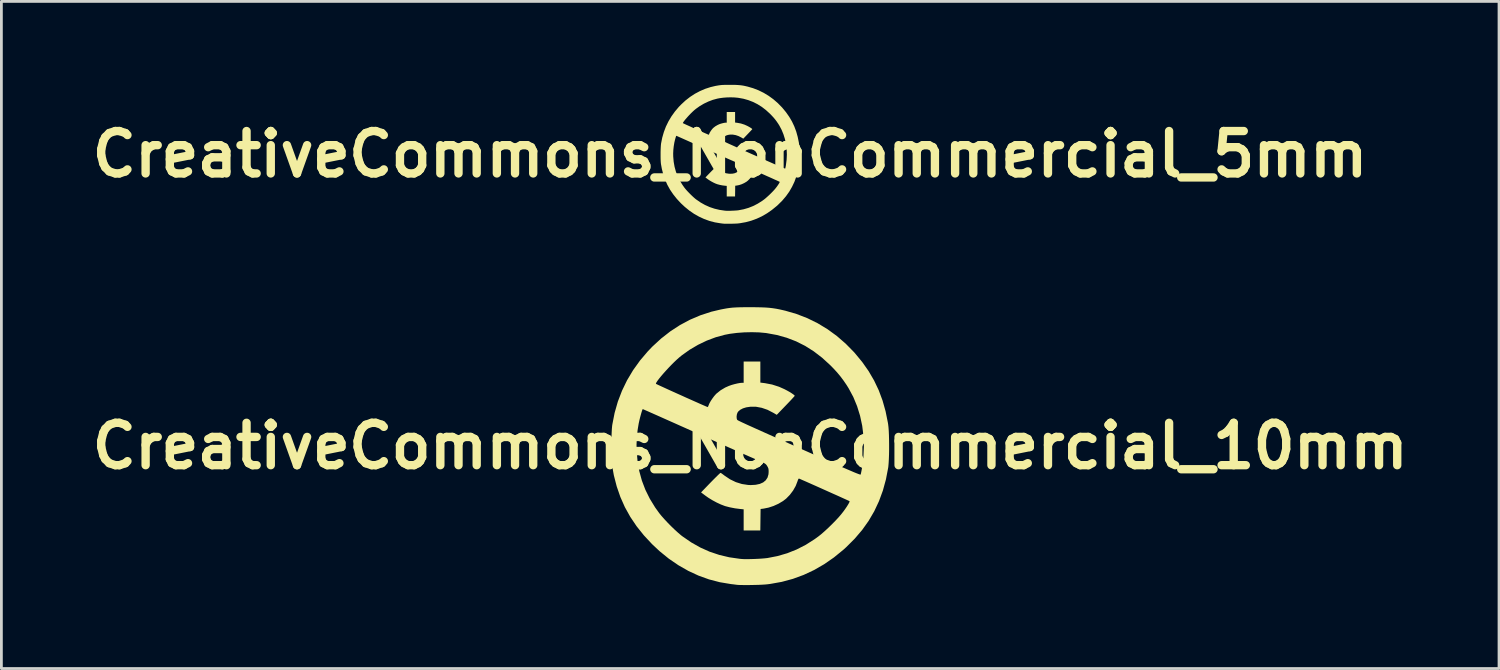
<source format=kicad_pcb>
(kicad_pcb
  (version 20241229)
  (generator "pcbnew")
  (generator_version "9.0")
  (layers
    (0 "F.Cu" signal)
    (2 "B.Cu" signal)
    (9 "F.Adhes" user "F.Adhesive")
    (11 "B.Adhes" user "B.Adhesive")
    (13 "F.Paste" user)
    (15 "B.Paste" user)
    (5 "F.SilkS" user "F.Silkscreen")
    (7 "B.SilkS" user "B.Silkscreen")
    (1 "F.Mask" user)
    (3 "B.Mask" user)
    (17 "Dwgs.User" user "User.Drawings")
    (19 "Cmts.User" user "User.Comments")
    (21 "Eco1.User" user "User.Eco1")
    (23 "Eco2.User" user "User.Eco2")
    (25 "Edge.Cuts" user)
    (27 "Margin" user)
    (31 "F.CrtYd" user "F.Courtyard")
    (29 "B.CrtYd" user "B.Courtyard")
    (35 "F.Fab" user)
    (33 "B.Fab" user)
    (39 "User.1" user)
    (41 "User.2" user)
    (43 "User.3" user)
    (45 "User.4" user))
  (footprint "CreativeCommons_NonCommercial_5mm"
    (layer "F.Cu")
    (at 23.194 2.495)
    (property "Reference" "CreativeCommons_NonCommercial_5mm" (at 0 0 0) (layer "F.SilkS") (effects (font (size 1.524 1.524) (thickness 0.3))))
    (attr board_only exclude_from_pos_files exclude_from_bom)
    (fp_poly (pts (xy 0.111 -2.494) (xy 0.198 -2.493) (xy 0.274 -2.489) (xy 0.342 -2.484) (xy 0.405 -2.477) (xy 0.467 -2.468) (xy 0.531 -2.455) (xy 0.601 -2.439) (xy 0.635 -2.431) (xy 0.833 -2.373) (xy 1.026 -2.298) (xy 1.211 -2.207) (xy 1.388 -2.1) (xy 1.556 -1.978) (xy 1.716 -1.84) (xy 1.865 -1.688) (xy 1.881 -1.67) (xy 2.013 -1.51) (xy 2.128 -1.346) (xy 2.227 -1.178) (xy 2.31 -1.002) (xy 2.379 -0.818) (xy 2.433 -0.624) (xy 2.475 -0.419) (xy 2.479 -0.391) (xy 2.485 -0.34) (xy 2.49 -0.275) (xy 2.493 -0.198) (xy 2.496 -0.113) (xy 2.497 -0.024) (xy 2.496 0.066) (xy 2.495 0.153) (xy 2.492 0.234) (xy 2.488 0.306) (xy 2.483 0.365) (xy 2.48 0.389) (xy 2.439 0.6) (xy 2.384 0.801) (xy 2.315 0.991) (xy 2.229 1.172) (xy 2.129 1.345) (xy 2.012 1.509) (xy 1.879 1.666) (xy 1.729 1.815) (xy 1.675 1.864) (xy 1.504 2.003) (xy 1.328 2.125) (xy 1.147 2.23) (xy 0.96 2.317) (xy 0.767 2.388) (xy 0.567 2.442) (xy 0.36 2.479) (xy 0.304 2.486) (xy 0.265 2.49) (xy 0.214 2.493) (xy 0.153 2.495) (xy 0.086 2.497) (xy 0.017 2.499) (xy -0.05 2.499) (xy -0.114 2.499) (xy -0.17 2.498) (xy -0.214 2.497) (xy -0.244 2.494) (xy -0.245 2.494) (xy -0.265 2.492) (xy -0.296 2.488) (xy -0.334 2.483) (xy -0.35 2.481) (xy -0.547 2.448) (xy -0.741 2.397) (xy -0.929 2.329) (xy -1.113 2.244) (xy -1.292 2.143) (xy -1.464 2.024) (xy -1.629 1.89) (xy -1.764 1.764) (xy -1.912 1.605) (xy -2.042 1.442) (xy -2.156 1.274) (xy -2.253 1.099) (xy -2.334 0.917) (xy -2.4 0.726) (xy -2.451 0.525) (xy -2.483 0.35) (xy -2.488 0.304) (xy -2.492 0.244) (xy -2.495 0.172) (xy -2.496 0.092) (xy -2.496 0.008) (xy -2.496 -0.028) (xy -2.044 -0.028) (xy -2.042 0.08) (xy -2.026 0.27) (xy -1.994 0.45) (xy -1.947 0.622) (xy -1.885 0.787) (xy -1.805 0.948) (xy -1.708 1.105) (xy -1.637 1.205) (xy -1.596 1.256) (xy -1.544 1.315) (xy -1.484 1.378) (xy -1.421 1.442) (xy -1.358 1.503) (xy -1.297 1.559) (xy -1.242 1.606) (xy -1.217 1.625) (xy -1.059 1.734) (xy -0.897 1.825) (xy -0.731 1.899) (xy -0.558 1.957) (xy -0.377 2) (xy -0.187 2.028) (xy -0.155 2.031) (xy -0.114 2.033) (xy -0.061 2.033) (xy 0.003 2.033) (xy 0.071 2.03) (xy 0.14 2.027) (xy 0.206 2.023) (xy 0.264 2.019) (xy 0.309 2.013) (xy 0.309 2.013) (xy 0.491 1.978) (xy 0.666 1.927) (xy 0.835 1.86) (xy 0.999 1.775) (xy 1.159 1.674) (xy 1.225 1.626) (xy 1.278 1.583) (xy 1.338 1.53) (xy 1.403 1.471) (xy 1.469 1.407) (xy 1.531 1.344) (xy 1.587 1.284) (xy 1.633 1.231) (xy 1.635 1.227) (xy 1.672 1.181) (xy 1.706 1.134) (xy 1.735 1.091) (xy 1.76 1.052) (xy 1.777 1.021) (xy 1.786 1) (xy 1.785 0.991) (xy 1.776 0.987) (xy 1.752 0.976) (xy 1.716 0.959) (xy 1.668 0.937) (xy 1.611 0.912) (xy 1.547 0.883) (xy 1.477 0.851) (xy 1.403 0.818) (xy 1.328 0.785) (xy 1.252 0.751) (xy 1.179 0.718) (xy 1.109 0.687) (xy 1.045 0.659) (xy 0.988 0.634) (xy 0.941 0.613) (xy 0.905 0.597) (xy 0.882 0.587) (xy 0.876 0.585) (xy 0.867 0.59) (xy 0.857 0.611) (xy 0.85 0.633) (xy 0.818 0.717) (xy 0.771 0.8) (xy 0.712 0.878) (xy 0.645 0.946) (xy 0.59 0.989) (xy 0.508 1.037) (xy 0.419 1.078) (xy 0.328 1.108) (xy 0.242 1.125) (xy 0.241 1.125) (xy 0.186 1.132) (xy 0.184 1.325) (xy 0.181 1.518) (xy -0.118 1.518) (xy -0.118 1.138) (xy -0.18 1.132) (xy -0.274 1.12) (xy -0.366 1.102) (xy -0.449 1.08) (xy -0.461 1.076) (xy -0.528 1.051) (xy -0.604 1.015) (xy -0.68 0.974) (xy -0.753 0.929) (xy -0.804 0.894) (xy -0.883 0.834) (xy -0.826 0.774) (xy -0.77 0.716) (xy -0.717 0.661) (xy -0.668 0.611) (xy -0.624 0.567) (xy -0.587 0.531) (xy -0.559 0.504) (xy -0.541 0.487) (xy -0.534 0.482) (xy -0.523 0.487) (xy -0.503 0.501) (xy -0.475 0.522) (xy -0.462 0.532) (xy -0.364 0.598) (xy -0.259 0.649) (xy -0.149 0.683) (xy -0.037 0.7) (xy 0.009 0.702) (xy 0.098 0.697) (xy 0.172 0.681) (xy 0.233 0.654) (xy 0.279 0.616) (xy 0.311 0.568) (xy 0.328 0.509) (xy 0.331 0.467) (xy 0.331 0.43) (xy 0.326 0.404) (xy 0.317 0.38) (xy 0.305 0.359) (xy 0.295 0.345) (xy 0.285 0.332) (xy 0.273 0.321) (xy 0.255 0.31) (xy 0.231 0.297) (xy 0.196 0.281) (xy 0.148 0.26) (xy 0.105 0.241) (xy 0.074 0.228) (xy 0.044 0.215) (xy 0.012 0.201) (xy -0.02 0.187) (xy -0.056 0.171) (xy -0.095 0.154) (xy -0.139 0.134) (xy -0.189 0.112) (xy -0.245 0.087) (xy -0.309 0.059) (xy -0.381 0.027) (xy -0.463 -0.01) (xy -0.556 -0.051) (xy -0.66 -0.098) (xy -0.777 -0.15) (xy -0.907 -0.208) (xy -1.052 -0.272) (xy -1.212 -0.344) (xy -1.239 -0.356) (xy -1.344 -0.403) (xy -1.445 -0.448) (xy -1.539 -0.49) (xy -1.627 -0.529) (xy -1.705 -0.564) (xy -1.774 -0.595) (xy -1.832 -0.62) (xy -1.878 -0.641) (xy -1.911 -0.655) (xy -1.928 -0.662) (xy -1.932 -0.664) (xy -1.937 -0.655) (xy -1.945 -0.632) (xy -1.956 -0.598) (xy -1.968 -0.556) (xy -1.981 -0.509) (xy -1.992 -0.461) (xy -2.003 -0.414) (xy -2.004 -0.406) (xy -2.024 -0.285) (xy -2.038 -0.156) (xy -2.044 -0.028) (xy -2.496 -0.028) (xy -2.496 -0.077) (xy -2.494 -0.161) (xy -2.491 -0.238) (xy -2.487 -0.306) (xy -2.482 -0.362) (xy -2.479 -0.386) (xy -2.437 -0.596) (xy -2.379 -0.798) (xy -2.305 -0.994) (xy -2.241 -1.125) (xy -1.694 -1.125) (xy -1.694 -1.118) (xy -1.684 -1.113) (xy -1.66 -1.101) (xy -1.623 -1.084) (xy -1.575 -1.061) (xy -1.517 -1.035) (xy -1.452 -1.006) (xy -1.382 -0.974) (xy -1.308 -0.94) (xy -1.232 -0.906) (xy -1.155 -0.872) (xy -1.081 -0.838) (xy -1.01 -0.807) (xy -0.945 -0.778) (xy -0.887 -0.752) (xy -0.838 -0.731) (xy -0.8 -0.714) (xy -0.775 -0.704) (xy -0.765 -0.7) (xy -0.765 -0.7) (xy -0.758 -0.708) (xy -0.749 -0.727) (xy -0.747 -0.736) (xy -0.733 -0.769) (xy -0.709 -0.81) (xy -0.68 -0.854) (xy -0.648 -0.896) (xy -0.617 -0.932) (xy -0.605 -0.944) (xy -0.532 -1.002) (xy -0.448 -1.051) (xy -0.383 -1.081) (xy -0.335 -1.097) (xy -0.282 -1.112) (xy -0.229 -1.125) (xy -0.181 -1.133) (xy -0.146 -1.136) (xy -0.118 -1.136) (xy -0.118 -1.518) (xy 0.182 -1.518) (xy 0.182 -1.14) (xy 0.266 -1.129) (xy 0.393 -1.105) (xy 0.518 -1.065) (xy 0.614 -1.022) (xy 0.662 -0.997) (xy 0.708 -0.971) (xy 0.747 -0.947) (xy 0.777 -0.926) (xy 0.795 -0.91) (xy 0.8 -0.902) (xy 0.794 -0.894) (xy 0.777 -0.875) (xy 0.75 -0.846) (xy 0.716 -0.81) (xy 0.676 -0.768) (xy 0.638 -0.728) (xy 0.477 -0.56) (xy 0.413 -0.598) (xy 0.31 -0.651) (xy 0.207 -0.687) (xy 0.106 -0.705) (xy 0.006 -0.707) (xy -0.072 -0.695) (xy -0.131 -0.676) (xy -0.18 -0.651) (xy -0.215 -0.62) (xy -0.23 -0.598) (xy -0.24 -0.566) (xy -0.245 -0.53) (xy -0.243 -0.497) (xy -0.235 -0.473) (xy -0.234 -0.471) (xy -0.232 -0.468) (xy -0.227 -0.465) (xy -0.22 -0.461) (xy -0.209 -0.455) (xy -0.194 -0.448) (xy -0.174 -0.438) (xy -0.148 -0.426) (xy -0.116 -0.411) (xy -0.077 -0.393) (xy -0.03 -0.371) (xy 0.026 -0.346) (xy 0.091 -0.317) (xy 0.166 -0.283) (xy 0.252 -0.244) (xy 0.35 -0.2) (xy 0.46 -0.151) (xy 0.583 -0.096) (xy 0.719 -0.035) (xy 0.87 0.032) (xy 1.037 0.106) (xy 1.205 0.181) (xy 1.343 0.243) (xy 1.466 0.297) (xy 1.574 0.345) (xy 1.667 0.386) (xy 1.747 0.421) (xy 1.814 0.449) (xy 1.868 0.472) (xy 1.911 0.49) (xy 1.944 0.503) (xy 1.966 0.511) (xy 1.98 0.514) (xy 1.984 0.514) (xy 1.988 0.5) (xy 1.994 0.473) (xy 2.002 0.436) (xy 2.009 0.394) (xy 2.034 0.201) (xy 2.043 0.01) (xy 2.036 -0.179) (xy 2.013 -0.364) (xy 1.975 -0.543) (xy 1.921 -0.716) (xy 1.853 -0.881) (xy 1.77 -1.037) (xy 1.73 -1.1) (xy 1.674 -1.182) (xy 1.619 -1.255) (xy 1.561 -1.324) (xy 1.495 -1.395) (xy 1.437 -1.455) (xy 1.292 -1.587) (xy 1.143 -1.702) (xy 0.987 -1.8) (xy 0.825 -1.881) (xy 0.656 -1.946) (xy 0.479 -1.996) (xy 0.293 -2.029) (xy 0.278 -2.031) (xy 0.159 -2.042) (xy 0.029 -2.046) (xy -0.107 -2.043) (xy -0.241 -2.033) (xy -0.368 -2.016) (xy -0.458 -1.999) (xy -0.62 -1.955) (xy -0.781 -1.894) (xy -0.938 -1.819) (xy -1.088 -1.731) (xy -1.228 -1.631) (xy -1.279 -1.589) (xy -1.322 -1.551) (xy -1.368 -1.507) (xy -1.417 -1.459) (xy -1.466 -1.408) (xy -1.514 -1.356) (xy -1.559 -1.305) (xy -1.601 -1.257) (xy -1.636 -1.213) (xy -1.665 -1.175) (xy -1.685 -1.146) (xy -1.694 -1.125) (xy -2.241 -1.125) (xy -2.213 -1.182) (xy -2.105 -1.363) (xy -1.981 -1.536) (xy -1.841 -1.702) (xy -1.759 -1.786) (xy -1.602 -1.932) (xy -1.436 -2.061) (xy -1.263 -2.174) (xy -1.082 -2.27) (xy -0.894 -2.351) (xy -0.699 -2.414) (xy -0.532 -2.454) (xy -0.472 -2.465) (xy -0.42 -2.474) (xy -0.37 -2.481) (xy -0.321 -2.487) (xy -0.269 -2.491) (xy -0.21 -2.493) (xy -0.142 -2.494) (xy -0.062 -2.495) (xy 0.009 -2.495)) (stroke (width 0) (type solid)) (fill yes) (layer "F.SilkS")))
  (footprint "CreativeCommons_NonCommercial_10mm"
    (layer "F.Cu")
    (at 23.92 12.984)
    (property "Reference" "CreativeCommons_NonCommercial_10mm" (at 0 0 0) (layer "F.SilkS") (effects (font (size 1.524 1.524) (thickness 0.3))))
    (attr board_only exclude_from_pos_files exclude_from_bom)
    (fp_poly (pts (xy 0.222 -4.989) (xy 0.396 -4.985) (xy 0.548 -4.979) (xy 0.683 -4.969) (xy 0.81 -4.954) (xy 0.934 -4.935) (xy 1.062 -4.91) (xy 1.202 -4.878) (xy 1.269 -4.862) (xy 1.667 -4.746) (xy 2.051 -4.597) (xy 2.422 -4.415) (xy 2.776 -4.201) (xy 3.113 -3.956) (xy 3.431 -3.68) (xy 3.73 -3.376) (xy 3.762 -3.34) (xy 4.026 -3.02) (xy 4.256 -2.693) (xy 4.453 -2.355) (xy 4.62 -2.004) (xy 4.757 -1.636) (xy 4.866 -1.249) (xy 4.949 -0.838) (xy 4.958 -0.782) (xy 4.97 -0.68) (xy 4.98 -0.549) (xy 4.987 -0.396) (xy 4.991 -0.226) (xy 4.993 -0.049) (xy 4.993 0.131) (xy 4.99 0.306) (xy 4.984 0.468) (xy 4.976 0.612) (xy 4.966 0.73) (xy 4.96 0.777) (xy 4.879 1.2) (xy 4.769 1.601) (xy 4.629 1.982) (xy 4.459 2.345) (xy 4.257 2.69) (xy 4.024 3.018) (xy 3.757 3.331) (xy 3.458 3.63) (xy 3.349 3.729) (xy 3.008 4.007) (xy 2.657 4.25) (xy 2.294 4.459) (xy 1.92 4.634) (xy 1.533 4.776) (xy 1.133 4.884) (xy 0.719 4.958) (xy 0.608 4.972) (xy 0.53 4.979) (xy 0.427 4.985) (xy 0.306 4.991) (xy 0.173 4.994) (xy 0.035 4.997) (xy -0.101 4.999) (xy -0.228 4.998) (xy -0.339 4.997) (xy -0.428 4.994) (xy -0.488 4.989) (xy -0.491 4.988) (xy -0.529 4.983) (xy -0.592 4.975) (xy -0.669 4.966) (xy -0.7 4.962) (xy -1.094 4.896) (xy -1.481 4.795) (xy -1.859 4.659) (xy -2.226 4.489) (xy -2.583 4.285) (xy -2.928 4.049) (xy -3.259 3.78) (xy -3.528 3.528) (xy -3.823 3.211) (xy -4.084 2.885) (xy -4.311 2.548) (xy -4.506 2.198) (xy -4.668 1.833) (xy -4.8 1.451) (xy -4.903 1.051) (xy -4.966 0.7) (xy -4.976 0.609) (xy -4.984 0.488) (xy -4.989 0.344) (xy -4.992 0.185) (xy -4.993 0.016) (xy -4.992 -0.056) (xy -4.087 -0.056) (xy -4.084 0.161) (xy -4.051 0.54) (xy -3.989 0.9) (xy -3.895 1.243) (xy -3.769 1.574) (xy -3.61 1.895) (xy -3.417 2.21) (xy -3.274 2.409) (xy -3.191 2.512) (xy -3.087 2.629) (xy -2.969 2.756) (xy -2.843 2.884) (xy -2.715 3.007) (xy -2.593 3.118) (xy -2.484 3.211) (xy -2.433 3.25) (xy -2.117 3.467) (xy -1.794 3.649) (xy -1.462 3.798) (xy -1.116 3.914) (xy -0.755 4) (xy -0.374 4.055) (xy -0.309 4.061) (xy -0.229 4.066) (xy -0.121 4.067) (xy 0.006 4.065) (xy 0.142 4.061) (xy 0.281 4.055) (xy 0.412 4.047) (xy 0.527 4.037) (xy 0.618 4.027) (xy 0.618 4.027) (xy 0.983 3.956) (xy 1.332 3.854) (xy 1.67 3.719) (xy 1.998 3.551) (xy 2.318 3.347) (xy 2.45 3.251) (xy 2.556 3.167) (xy 2.677 3.061) (xy 2.807 2.941) (xy 2.937 2.814) (xy 3.062 2.687) (xy 3.174 2.567) (xy 3.265 2.461) (xy 3.271 2.454) (xy 3.344 2.361) (xy 3.411 2.269) (xy 3.471 2.181) (xy 3.519 2.104) (xy 3.554 2.042) (xy 3.571 2) (xy 3.571 1.983) (xy 3.553 1.974) (xy 3.505 1.952) (xy 3.431 1.918) (xy 3.336 1.875) (xy 3.222 1.823) (xy 3.093 1.765) (xy 2.953 1.703) (xy 2.806 1.637) (xy 2.655 1.569) (xy 2.505 1.502) (xy 2.358 1.436) (xy 2.218 1.374) (xy 2.09 1.317) (xy 1.977 1.267) (xy 1.882 1.226) (xy 1.81 1.194) (xy 1.763 1.174) (xy 1.752 1.169) (xy 1.735 1.181) (xy 1.715 1.222) (xy 1.7 1.267) (xy 1.635 1.435) (xy 1.541 1.601) (xy 1.424 1.756) (xy 1.291 1.892) (xy 1.179 1.978) (xy 1.016 2.075) (xy 0.837 2.156) (xy 0.656 2.215) (xy 0.483 2.25) (xy 0.482 2.25) (xy 0.373 2.264) (xy 0.363 3.036) (xy -0.236 3.036) (xy -0.236 2.276) (xy -0.359 2.264) (xy -0.547 2.24) (xy -0.732 2.204) (xy -0.898 2.161) (xy -0.921 2.153) (xy -1.057 2.101) (xy -1.207 2.031) (xy -1.361 1.948) (xy -1.506 1.859) (xy -1.608 1.787) (xy -1.767 1.668) (xy -1.652 1.548) (xy -1.54 1.432) (xy -1.434 1.322) (xy -1.336 1.222) (xy -1.248 1.134) (xy -1.175 1.062) (xy -1.118 1.007) (xy -1.081 0.974) (xy -1.067 0.964) (xy -1.047 0.974) (xy -1.006 1.002) (xy -0.951 1.043) (xy -0.924 1.064) (xy -0.727 1.196) (xy -0.517 1.298) (xy -0.299 1.366) (xy -0.075 1.4) (xy 0.018 1.404) (xy 0.195 1.394) (xy 0.345 1.362) (xy 0.466 1.308) (xy 0.558 1.232) (xy 0.622 1.135) (xy 0.656 1.017) (xy 0.662 0.935) (xy 0.661 0.861) (xy 0.653 0.808) (xy 0.633 0.761) (xy 0.609 0.719) (xy 0.59 0.689) (xy 0.57 0.665) (xy 0.546 0.643) (xy 0.511 0.62) (xy 0.461 0.594) (xy 0.391 0.562) (xy 0.297 0.52) (xy 0.209 0.482) (xy 0.148 0.456) (xy 0.087 0.429) (xy 0.025 0.402) (xy -0.041 0.374) (xy -0.112 0.342) (xy -0.19 0.308) (xy -0.278 0.269) (xy -0.377 0.225) (xy -0.49 0.175) (xy -0.618 0.118) (xy -0.763 0.054) (xy -0.927 -0.02) (xy -1.112 -0.102) (xy -1.32 -0.195) (xy -1.553 -0.299) (xy -1.814 -0.415) (xy -2.103 -0.545) (xy -2.423 -0.688) (xy -2.478 -0.712) (xy -2.688 -0.806) (xy -2.89 -0.896) (xy -3.079 -0.98) (xy -3.253 -1.058) (xy -3.411 -1.128) (xy -3.549 -1.189) (xy -3.665 -1.241) (xy -3.757 -1.281) (xy -3.821 -1.309) (xy -3.857 -1.325) (xy -3.863 -1.327) (xy -3.874 -1.311) (xy -3.891 -1.265) (xy -3.912 -1.197) (xy -3.936 -1.112) (xy -3.961 -1.019) (xy -3.985 -0.922) (xy -4.005 -0.828) (xy -4.009 -0.812) (xy -4.049 -0.57) (xy -4.075 -0.312) (xy -4.087 -0.056) (xy -4.992 -0.056) (xy -4.991 -0.155) (xy -4.987 -0.321) (xy -4.981 -0.476) (xy -4.974 -0.613) (xy -4.964 -0.725) (xy -4.957 -0.773) (xy -4.875 -1.191) (xy -4.759 -1.597) (xy -4.609 -1.988) (xy -4.482 -2.251) (xy -3.389 -2.251) (xy -3.388 -2.235) (xy -3.369 -2.225) (xy -3.32 -2.202) (xy -3.246 -2.167) (xy -3.149 -2.123) (xy -3.034 -2.07) (xy -2.905 -2.011) (xy -2.764 -1.947) (xy -2.615 -1.88) (xy -2.463 -1.812) (xy -2.311 -1.743) (xy -2.162 -1.677) (xy -2.021 -1.614) (xy -1.89 -1.556) (xy -1.774 -1.504) (xy -1.677 -1.462) (xy -1.601 -1.429) (xy -1.551 -1.408) (xy -1.53 -1.4) (xy -1.53 -1.4) (xy -1.516 -1.416) (xy -1.499 -1.455) (xy -1.493 -1.472) (xy -1.465 -1.538) (xy -1.419 -1.619) (xy -1.36 -1.708) (xy -1.297 -1.793) (xy -1.234 -1.864) (xy -1.21 -1.888) (xy -1.064 -2.004) (xy -0.897 -2.103) (xy -0.766 -2.161) (xy -0.67 -2.195) (xy -0.563 -2.225) (xy -0.457 -2.25) (xy -0.363 -2.267) (xy -0.292 -2.273) (xy -0.236 -2.273) (xy -0.236 -3.036) (xy 0.364 -3.036) (xy 0.364 -2.28) (xy 0.532 -2.259) (xy 0.787 -2.21) (xy 1.036 -2.13) (xy 1.227 -2.045) (xy 1.325 -1.994) (xy 1.416 -1.943) (xy 1.494 -1.894) (xy 1.554 -1.852) (xy 1.591 -1.82) (xy 1.6 -1.804) (xy 1.588 -1.788) (xy 1.554 -1.75) (xy 1.501 -1.692) (xy 1.433 -1.619) (xy 1.353 -1.535) (xy 1.277 -1.456) (xy 0.954 -1.121) (xy 0.826 -1.196) (xy 0.621 -1.302) (xy 0.415 -1.373) (xy 0.211 -1.411) (xy 0.012 -1.413) (xy -0.144 -1.39) (xy -0.263 -1.353) (xy -0.36 -1.302) (xy -0.431 -1.24) (xy -0.46 -1.195) (xy -0.481 -1.131) (xy -0.49 -1.06) (xy -0.486 -0.993) (xy -0.471 -0.945) (xy -0.468 -0.942) (xy -0.463 -0.937) (xy -0.454 -0.931) (xy -0.44 -0.922) (xy -0.418 -0.91) (xy -0.388 -0.895) (xy -0.348 -0.876) (xy -0.297 -0.851) (xy -0.233 -0.822) (xy -0.154 -0.785) (xy -0.06 -0.742) (xy 0.052 -0.692) (xy 0.182 -0.633) (xy 0.333 -0.566) (xy 0.505 -0.488) (xy 0.7 -0.401) (xy 0.92 -0.303) (xy 1.165 -0.193) (xy 1.439 -0.071) (xy 1.741 0.064) (xy 2.074 0.212) (xy 2.409 0.362) (xy 2.686 0.485) (xy 2.932 0.594) (xy 3.147 0.69) (xy 3.334 0.772) (xy 3.494 0.841) (xy 3.627 0.898) (xy 3.736 0.945) (xy 3.823 0.98) (xy 3.888 1.005) (xy 3.933 1.021) (xy 3.959 1.028) (xy 3.968 1.027) (xy 3.977 1) (xy 3.989 0.946) (xy 4.004 0.872) (xy 4.019 0.788) (xy 4.069 0.402) (xy 4.086 0.02) (xy 4.072 -0.358) (xy 4.026 -0.728) (xy 3.949 -1.087) (xy 3.842 -1.432) (xy 3.706 -1.762) (xy 3.539 -2.073) (xy 3.46 -2.2) (xy 3.347 -2.364) (xy 3.237 -2.51) (xy 3.121 -2.649) (xy 2.991 -2.79) (xy 2.874 -2.909) (xy 2.585 -3.173) (xy 2.285 -3.403) (xy 1.975 -3.599) (xy 1.651 -3.762) (xy 1.313 -3.892) (xy 0.958 -3.991) (xy 0.587 -4.059) (xy 0.557 -4.063) (xy 0.318 -4.085) (xy 0.057 -4.092) (xy -0.213 -4.086) (xy -0.481 -4.066) (xy -0.736 -4.033) (xy -0.917 -3.998) (xy -1.24 -3.91) (xy -1.562 -3.789) (xy -1.876 -3.638) (xy -2.176 -3.462) (xy -2.455 -3.263) (xy -2.558 -3.179) (xy -2.643 -3.103) (xy -2.736 -3.015) (xy -2.833 -2.918) (xy -2.931 -2.816) (xy -3.027 -2.712) (xy -3.118 -2.611) (xy -3.201 -2.514) (xy -3.273 -2.426) (xy -3.33 -2.351) (xy -3.37 -2.291) (xy -3.389 -2.251) (xy -4.482 -2.251) (xy -4.427 -2.364) (xy -4.211 -2.726) (xy -3.962 -3.073) (xy -3.681 -3.404) (xy -3.519 -3.573) (xy -3.204 -3.863) (xy -2.872 -4.122) (xy -2.525 -4.348) (xy -2.163 -4.541) (xy -1.787 -4.701) (xy -1.398 -4.828) (xy -1.064 -4.907) (xy -0.945 -4.93) (xy -0.839 -4.949) (xy -0.741 -4.963) (xy -0.642 -4.974) (xy -0.537 -4.981) (xy -0.42 -4.986) (xy -0.285 -4.989) (xy -0.124 -4.99) (xy 0.018 -4.99)) (stroke (width 0) (type solid)) (fill yes) (layer "F.SilkS")))
  (gr_rect
    (start -3 -3)
    (end 50.839 20.983)
    (stroke (width 0.1) (type default))
    (fill no)
    (layer "Edge.Cuts")))
</source>
